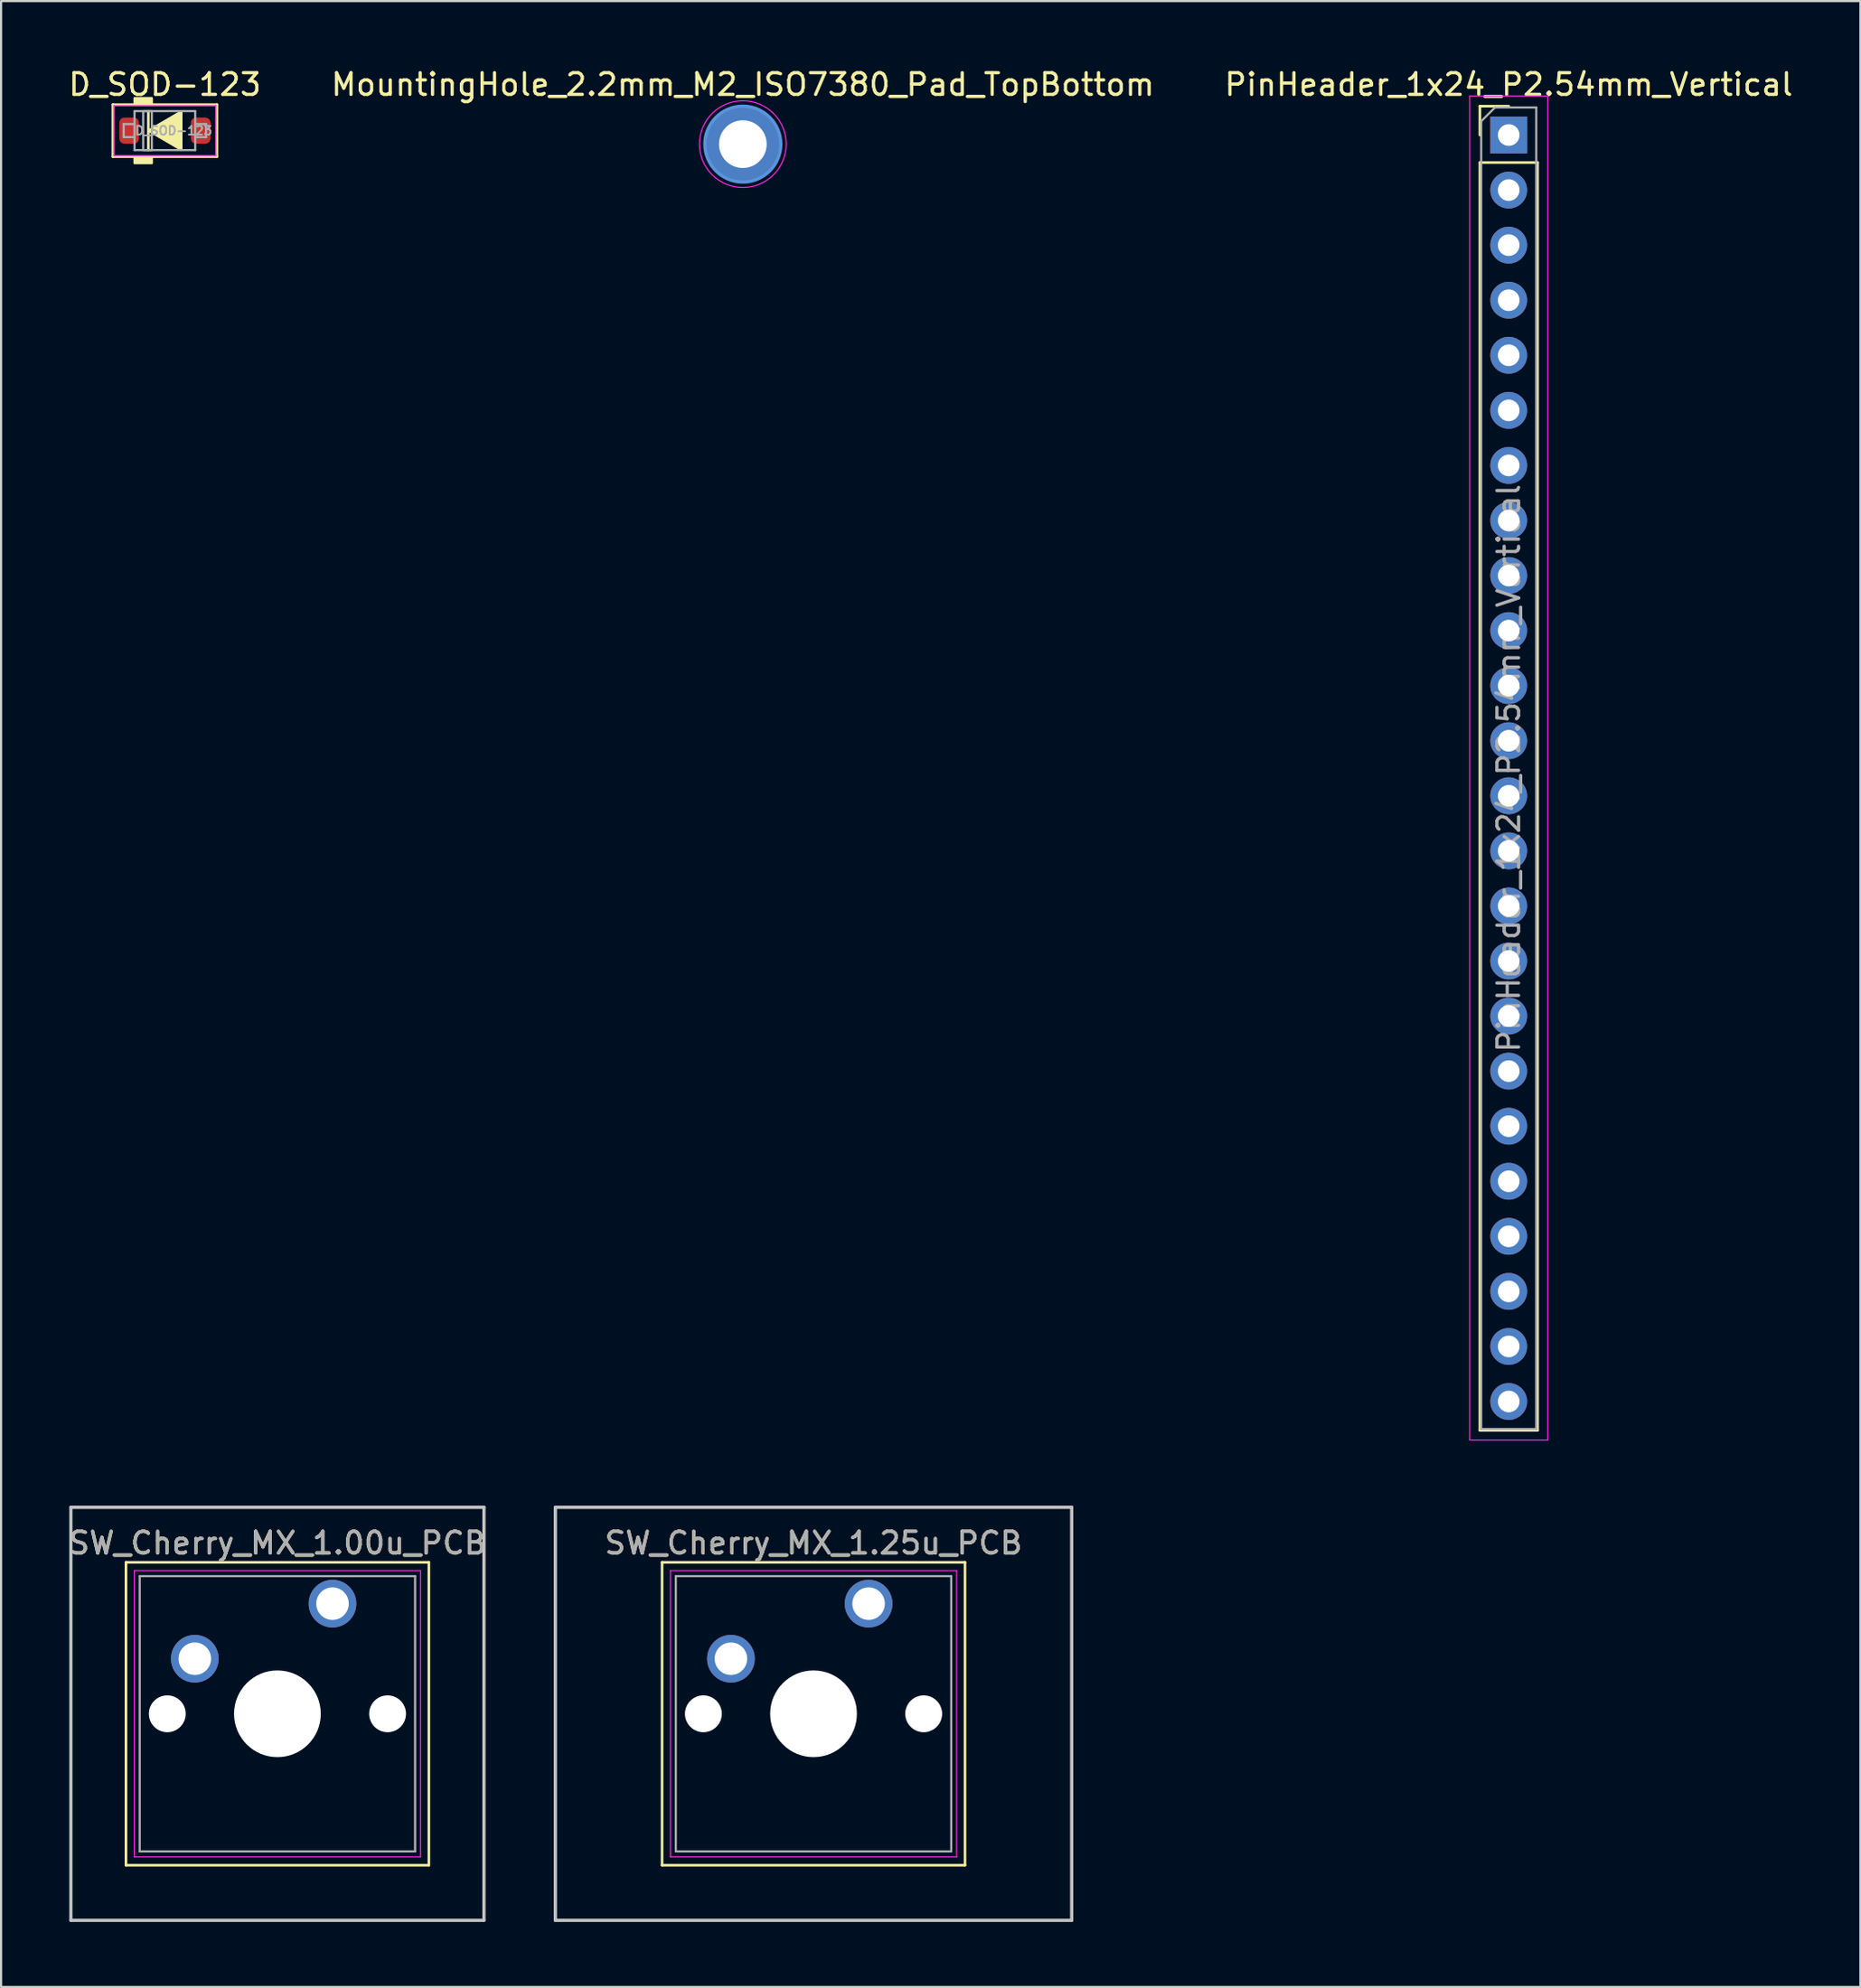
<source format=kicad_pcb>
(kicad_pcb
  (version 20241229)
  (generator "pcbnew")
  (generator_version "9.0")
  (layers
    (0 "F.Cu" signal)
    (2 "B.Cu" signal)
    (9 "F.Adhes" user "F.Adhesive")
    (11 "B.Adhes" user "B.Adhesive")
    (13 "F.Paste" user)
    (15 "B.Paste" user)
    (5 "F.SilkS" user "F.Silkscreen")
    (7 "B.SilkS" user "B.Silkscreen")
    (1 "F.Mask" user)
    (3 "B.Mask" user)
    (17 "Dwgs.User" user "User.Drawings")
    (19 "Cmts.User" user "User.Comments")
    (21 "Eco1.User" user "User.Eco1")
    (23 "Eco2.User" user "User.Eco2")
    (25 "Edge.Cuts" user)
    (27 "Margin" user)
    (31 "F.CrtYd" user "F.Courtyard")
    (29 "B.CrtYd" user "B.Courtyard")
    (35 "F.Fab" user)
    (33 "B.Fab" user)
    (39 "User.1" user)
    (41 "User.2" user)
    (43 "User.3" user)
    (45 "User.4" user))
  (footprint "PinHeader_1x24_P2.54mm_Vertical"
    (layer "F.Cu")
    (at 66.53 3.178)
    (property "Reference" "PinHeader_1x24_P2.54mm_Vertical" (at 0 -2.33 0) (layer "F.SilkS") (effects (font (size 1 1) (thickness 0.15))))
    (attr through_hole)
    (fp_line (start -1.33 -1.33) (end 0 -1.33) (stroke (width 0.12) (type solid)) (layer "F.SilkS"))
    (fp_line (start -1.33 0) (end -1.33 -1.33) (stroke (width 0.12) (type solid)) (layer "F.SilkS"))
    (fp_line (start -1.33 1.27) (end -1.33 59.75) (stroke (width 0.12) (type solid)) (layer "F.SilkS"))
    (fp_line (start -1.33 1.27) (end 1.33 1.27) (stroke (width 0.12) (type solid)) (layer "F.SilkS"))
    (fp_line (start -1.33 59.75) (end 1.33 59.75) (stroke (width 0.12) (type solid)) (layer "F.SilkS"))
    (fp_line (start 1.33 1.27) (end 1.33 59.75) (stroke (width 0.12) (type solid)) (layer "F.SilkS"))
    (fp_line (start -1.8 -1.8) (end -1.8 60.2) (stroke (width 0.05) (type solid)) (layer "F.CrtYd"))
    (fp_line (start -1.8 60.2) (end 1.8 60.2) (stroke (width 0.05) (type solid)) (layer "F.CrtYd"))
    (fp_line (start 1.8 -1.8) (end -1.8 -1.8) (stroke (width 0.05) (type solid)) (layer "F.CrtYd"))
    (fp_line (start 1.8 60.2) (end 1.8 -1.8) (stroke (width 0.05) (type solid)) (layer "F.CrtYd"))
    (fp_line (start -1.27 -0.635) (end -0.635 -1.27) (stroke (width 0.1) (type solid)) (layer "F.Fab"))
    (fp_line (start -1.27 59.69) (end -1.27 -0.635) (stroke (width 0.1) (type solid)) (layer "F.Fab"))
    (fp_line (start -0.635 -1.27) (end 1.27 -1.27) (stroke (width 0.1) (type solid)) (layer "F.Fab"))
    (fp_line (start 1.27 -1.27) (end 1.27 59.69) (stroke (width 0.1) (type solid)) (layer "F.Fab"))
    (fp_line (start 1.27 59.69) (end -1.27 59.69) (stroke (width 0.1) (type solid)) (layer "F.Fab"))
    (fp_text user "${REFERENCE}" (at 0 29.21 90) (layer "F.Fab") (effects (font (size 1 1) (thickness 0.15))))
    (pad "1" thru_hole rect (at 0 0) (size 1.7 1.7) (drill 1) (layers "*.Cu" "*.Mask"))
    (pad "2" thru_hole oval (at 0 2.54) (size 1.7 1.7) (drill 1) (layers "*.Cu" "*.Mask"))
    (pad "3" thru_hole oval (at 0 5.08) (size 1.7 1.7) (drill 1) (layers "*.Cu" "*.Mask"))
    (pad "4" thru_hole oval (at 0 7.62) (size 1.7 1.7) (drill 1) (layers "*.Cu" "*.Mask"))
    (pad "5" thru_hole oval (at 0 10.16) (size 1.7 1.7) (drill 1) (layers "*.Cu" "*.Mask"))
    (pad "6" thru_hole oval (at 0 12.7) (size 1.7 1.7) (drill 1) (layers "*.Cu" "*.Mask"))
    (pad "7" thru_hole oval (at 0 15.24) (size 1.7 1.7) (drill 1) (layers "*.Cu" "*.Mask"))
    (pad "8" thru_hole oval (at 0 17.78) (size 1.7 1.7) (drill 1) (layers "*.Cu" "*.Mask"))
    (pad "9" thru_hole oval (at 0 20.32) (size 1.7 1.7) (drill 1) (layers "*.Cu" "*.Mask"))
    (pad "10" thru_hole oval (at 0 22.86) (size 1.7 1.7) (drill 1) (layers "*.Cu" "*.Mask"))
    (pad "11" thru_hole oval (at 0 25.4) (size 1.7 1.7) (drill 1) (layers "*.Cu" "*.Mask"))
    (pad "12" thru_hole oval (at 0 27.94) (size 1.7 1.7) (drill 1) (layers "*.Cu" "*.Mask"))
    (pad "13" thru_hole oval (at 0 30.48) (size 1.7 1.7) (drill 1) (layers "*.Cu" "*.Mask"))
    (pad "14" thru_hole oval (at 0 33.02) (size 1.7 1.7) (drill 1) (layers "*.Cu" "*.Mask"))
    (pad "15" thru_hole oval (at 0 35.56) (size 1.7 1.7) (drill 1) (layers "*.Cu" "*.Mask"))
    (pad "16" thru_hole oval (at 0 38.1) (size 1.7 1.7) (drill 1) (layers "*.Cu" "*.Mask"))
    (pad "17" thru_hole oval (at 0 40.64) (size 1.7 1.7) (drill 1) (layers "*.Cu" "*.Mask"))
    (pad "18" thru_hole oval (at 0 43.18) (size 1.7 1.7) (drill 1) (layers "*.Cu" "*.Mask"))
    (pad "19" thru_hole oval (at 0 45.72) (size 1.7 1.7) (drill 1) (layers "*.Cu" "*.Mask"))
    (pad "20" thru_hole oval (at 0 48.26) (size 1.7 1.7) (drill 1) (layers "*.Cu" "*.Mask"))
    (pad "21" thru_hole oval (at 0 50.8) (size 1.7 1.7) (drill 1) (layers "*.Cu" "*.Mask"))
    (pad "22" thru_hole oval (at 0 53.34) (size 1.7 1.7) (drill 1) (layers "*.Cu" "*.Mask"))
    (pad "23" thru_hole oval (at 0 55.88) (size 1.7 1.7) (drill 1) (layers "*.Cu" "*.Mask"))
    (pad "24" thru_hole oval (at 0 58.42) (size 1.7 1.7) (drill 1) (layers "*.Cu" "*.Mask")))
  (footprint "MountingHole_2.2mm_M2_ISO7380_Pad_TopBottom"
    (layer "F.Cu")
    (at 31.208 3.598)
    (property "Reference" "MountingHole_2.2mm_M2_ISO7380_Pad_TopBottom" (at 0 -2.75 0) (layer "F.SilkS") (effects (font (size 1 1) (thickness 0.15))))
    (attr exclude_from_pos_files exclude_from_bom)
    (fp_circle (center 0 0) (end 1.75 0) (stroke (width 0.15) (type solid)) (fill no) (layer "Cmts.User"))
    (fp_circle (center 0 0) (end 2 0) (stroke (width 0.05) (type solid)) (fill no) (layer "F.CrtYd"))
    (pad "1" thru_hole circle (at 0 0) (size 2.6 2.6) (drill 2.2) (layers "*.Cu" "*.Mask"))
    (pad "1" connect circle (at 0 0) (size 3.5 3.5) (layers "F.Cu" "F.Mask"))
    (pad "1" connect circle (at 0 0) (size 3.5 3.5) (layers "B.Cu" "B.Mask")))
  (footprint "D_SOD-123"
    (layer "F.Cu")
    (at 4.554 2.975)
    (property "Reference" "D_SOD-123" (at 0 -2.127 0) (layer "F.SilkS") (effects (font (size 1 1) (thickness 0.15))))
    (attr smd)
    (fp_line (start -2.4 -1.2) (end -2.4 1.2) (stroke (width 0.12) (type solid)) (layer "F.SilkS"))
    (fp_line (start -2.4 1.2) (end 2.4 1.2) (stroke (width 0.12) (type solid)) (layer "F.SilkS"))
    (fp_line (start -0.762 -0.889) (end -0.762 0.889) (stroke (width 0.12) (type solid)) (layer "F.SilkS"))
    (fp_line (start 2.4 -1.2) (end -2.4 -1.2) (stroke (width 0.12) (type solid)) (layer "F.SilkS"))
    (fp_line (start 2.4 1.2) (end 2.4 -1.2) (stroke (width 0.12) (type solid)) (layer "F.SilkS"))
    (fp_poly (pts (xy 0.762 0.889) (xy -0.762 0) (xy 0.762 -0.889)) (stroke (width 0.1) (type solid)) (fill yes) (layer "F.SilkS"))
    (fp_poly (pts (xy -0.6 -1.2) (xy -1.4 -1.2) (xy -1.4 -1.5) (xy -0.6 -1.5)) (stroke (width 0.1) (type solid)) (fill yes) (layer "F.SilkS"))
    (fp_poly (pts (xy -0.6 1.5) (xy -1.4 1.5) (xy -1.4 1.2) (xy -0.6 1.2)) (stroke (width 0.1) (type solid)) (fill yes) (layer "F.SilkS"))
    (fp_line (start -2.35 -1.15) (end -2.35 1.15) (stroke (width 0.05) (type solid)) (layer "F.CrtYd"))
    (fp_line (start -2.35 -1.15) (end 2.35 -1.15) (stroke (width 0.05) (type solid)) (layer "F.CrtYd"))
    (fp_line (start 2.35 -1.15) (end 2.35 1.15) (stroke (width 0.05) (type solid)) (layer "F.CrtYd"))
    (fp_line (start 2.35 1.15) (end -2.35 1.15) (stroke (width 0.05) (type solid)) (layer "F.CrtYd"))
    (fp_line (start -1.9 -0.3) (end -1.9 0.3) (stroke (width 0.1) (type solid)) (layer "F.Fab"))
    (fp_line (start -1.9 0.3) (end -1.4 0.3) (stroke (width 0.1) (type solid)) (layer "F.Fab"))
    (fp_line (start -1.4 -0.9) (end 1.4 -0.9) (stroke (width 0.1) (type solid)) (layer "F.Fab"))
    (fp_line (start -1.4 -0.3) (end -1.9 -0.3) (stroke (width 0.1) (type solid)) (layer "F.Fab"))
    (fp_line (start -1.4 0.9) (end -1.4 -0.9) (stroke (width 0.1) (type solid)) (layer "F.Fab"))
    (fp_line (start 1.4 -0.9) (end 1.4 0.9) (stroke (width 0.1) (type solid)) (layer "F.Fab"))
    (fp_line (start 1.4 -0.3) (end 1.9 -0.3) (stroke (width 0.1) (type solid)) (layer "F.Fab"))
    (fp_line (start 1.4 0.9) (end -1.4 0.9) (stroke (width 0.1) (type solid)) (layer "F.Fab"))
    (fp_line (start 1.5 0.3) (end 1.4 0.3) (stroke (width 0.1) (type solid)) (layer "F.Fab"))
    (fp_line (start 1.9 -0.3) (end 1.9 0.3) (stroke (width 0.1) (type solid)) (layer "F.Fab"))
    (fp_line (start 1.9 0.3) (end 1.5 0.3) (stroke (width 0.1) (type solid)) (layer "F.Fab"))
    (fp_rect (start -1 -0.9) (end -0.6 0.9) (stroke (width 0.1) (type solid)) (fill no) (layer "F.Fab"))
    (fp_text user "${REFERENCE}" (at 0.4 0 0) (layer "F.Fab") (effects (font (size 0.4 0.4) (thickness 0.08))))
    (pad "1" smd roundrect (at -1.65 0 180) (size 0.9 1.2) (layers "F.Cu" "F.Mask" "F.Paste") (roundrect_rratio 0.25))
    (pad "2" smd roundrect (at 1.65 0 180) (size 0.9 1.2) (layers "F.Cu" "F.Mask" "F.Paste") (roundrect_rratio 0.25)))
  (footprint "SW_Cherry_MX_1.25u_PCB"
    (layer "F.Cu")
    (at 37.009 70.923)
    (property "Reference" "SW_Cherry_MX_1.25u_PCB" (at -2.54 -2.794 0) (layer "F.SilkS") (effects (font (size 1 1) (thickness 0.15))))
    (attr through_hole)
    (fp_line (start -9.525 -1.905) (end 4.445 -1.905) (stroke (width 0.12) (type solid)) (layer "F.SilkS"))
    (fp_line (start -9.525 12.065) (end -9.525 -1.905) (stroke (width 0.12) (type solid)) (layer "F.SilkS"))
    (fp_line (start 4.445 -1.905) (end 4.445 12.065) (stroke (width 0.12) (type solid)) (layer "F.SilkS"))
    (fp_line (start 4.445 12.065) (end -9.525 12.065) (stroke (width 0.12) (type solid)) (layer "F.SilkS"))
    (fp_line (start -14.446 -4.445) (end 9.366 -4.445) (stroke (width 0.15) (type solid)) (layer "Dwgs.User"))
    (fp_line (start -14.446 14.605) (end -14.446 -4.445) (stroke (width 0.15) (type solid)) (layer "Dwgs.User"))
    (fp_line (start 9.366 -4.445) (end 9.366 14.605) (stroke (width 0.15) (type solid)) (layer "Dwgs.User"))
    (fp_line (start 9.366 14.605) (end -14.446 14.605) (stroke (width 0.15) (type solid)) (layer "Dwgs.User"))
    (fp_line (start -9.14 -1.52) (end 4.06 -1.52) (stroke (width 0.05) (type solid)) (layer "F.CrtYd"))
    (fp_line (start -9.14 11.68) (end -9.14 -1.52) (stroke (width 0.05) (type solid)) (layer "F.CrtYd"))
    (fp_line (start 4.06 -1.52) (end 4.06 11.68) (stroke (width 0.05) (type solid)) (layer "F.CrtYd"))
    (fp_line (start 4.06 11.68) (end -9.14 11.68) (stroke (width 0.05) (type solid)) (layer "F.CrtYd"))
    (fp_line (start -8.89 -1.27) (end 3.81 -1.27) (stroke (width 0.1) (type solid)) (layer "F.Fab"))
    (fp_line (start -8.89 11.43) (end -8.89 -1.27) (stroke (width 0.1) (type solid)) (layer "F.Fab"))
    (fp_line (start 3.81 -1.27) (end 3.81 11.43) (stroke (width 0.1) (type solid)) (layer "F.Fab"))
    (fp_line (start 3.81 11.43) (end -8.89 11.43) (stroke (width 0.1) (type solid)) (layer "F.Fab"))
    (fp_text user "${REFERENCE}" (at -2.54 -2.794 0) (layer "F.Fab") (effects (font (size 1 1) (thickness 0.15))))
    (pad "" np_thru_hole circle (at -7.62 5.08) (size 1.7 1.7) (drill 1.7) (layers "*.Cu" "*.Mask"))
    (pad "" np_thru_hole circle (at -2.54 5.08) (size 4 4) (drill 4) (layers "*.Cu" "*.Mask"))
    (pad "" np_thru_hole circle (at 2.54 5.08) (size 1.7 1.7) (drill 1.7) (layers "*.Cu" "*.Mask"))
    (pad "1" thru_hole circle (at 0 0) (size 2.2 2.2) (drill 1.5) (layers "*.Cu" "*.Mask"))
    (pad "2" thru_hole circle (at -6.35 2.54) (size 2.2 2.2) (drill 1.5) (layers "*.Cu" "*.Mask")))
  (footprint "SW_Cherry_MX_1.00u_PCB"
    (layer "F.Cu")
    (at 12.284 70.923)
    (property "Reference" "SW_Cherry_MX_1.00u_PCB" (at -2.54 -2.794 0) (layer "F.SilkS") (effects (font (size 1 1) (thickness 0.15))))
    (attr through_hole)
    (fp_line (start -9.525 -1.905) (end 4.445 -1.905) (stroke (width 0.12) (type solid)) (layer "F.SilkS"))
    (fp_line (start -9.525 12.065) (end -9.525 -1.905) (stroke (width 0.12) (type solid)) (layer "F.SilkS"))
    (fp_line (start 4.445 -1.905) (end 4.445 12.065) (stroke (width 0.12) (type solid)) (layer "F.SilkS"))
    (fp_line (start 4.445 12.065) (end -9.525 12.065) (stroke (width 0.12) (type solid)) (layer "F.SilkS"))
    (fp_line (start -12.065 -4.445) (end 6.985 -4.445) (stroke (width 0.15) (type solid)) (layer "Dwgs.User"))
    (fp_line (start -12.065 14.605) (end -12.065 -4.445) (stroke (width 0.15) (type solid)) (layer "Dwgs.User"))
    (fp_line (start 6.985 -4.445) (end 6.985 14.605) (stroke (width 0.15) (type solid)) (layer "Dwgs.User"))
    (fp_line (start 6.985 14.605) (end -12.065 14.605) (stroke (width 0.15) (type solid)) (layer "Dwgs.User"))
    (fp_line (start -9.14 -1.52) (end 4.06 -1.52) (stroke (width 0.05) (type solid)) (layer "F.CrtYd"))
    (fp_line (start -9.14 11.68) (end -9.14 -1.52) (stroke (width 0.05) (type solid)) (layer "F.CrtYd"))
    (fp_line (start 4.06 -1.52) (end 4.06 11.68) (stroke (width 0.05) (type solid)) (layer "F.CrtYd"))
    (fp_line (start 4.06 11.68) (end -9.14 11.68) (stroke (width 0.05) (type solid)) (layer "F.CrtYd"))
    (fp_line (start -8.89 -1.27) (end 3.81 -1.27) (stroke (width 0.1) (type solid)) (layer "F.Fab"))
    (fp_line (start -8.89 11.43) (end -8.89 -1.27) (stroke (width 0.1) (type solid)) (layer "F.Fab"))
    (fp_line (start 3.81 -1.27) (end 3.81 11.43) (stroke (width 0.1) (type solid)) (layer "F.Fab"))
    (fp_line (start 3.81 11.43) (end -8.89 11.43) (stroke (width 0.1) (type solid)) (layer "F.Fab"))
    (fp_text user "${REFERENCE}" (at -2.54 -2.794 0) (layer "F.Fab") (effects (font (size 1 1) (thickness 0.15))))
    (pad "" np_thru_hole circle (at -7.62 5.08) (size 1.7 1.7) (drill 1.7) (layers "*.Cu" "*.Mask"))
    (pad "" np_thru_hole circle (at -2.54 5.08) (size 4 4) (drill 4) (layers "*.Cu" "*.Mask"))
    (pad "" np_thru_hole circle (at 2.54 5.08) (size 1.7 1.7) (drill 1.7) (layers "*.Cu" "*.Mask"))
    (pad "1" thru_hole circle (at 0 0) (size 2.2 2.2) (drill 1.5) (layers "*.Cu" "*.Mask"))
    (pad "2" thru_hole circle (at -6.35 2.54) (size 2.2 2.2) (drill 1.5) (layers "*.Cu" "*.Mask")))
  (gr_rect
    (start -3 -3)
    (end 82.75 88.603)
    (stroke (width 0.1) (type default))
    (fill no)
    (layer "Edge.Cuts")))
</source>
